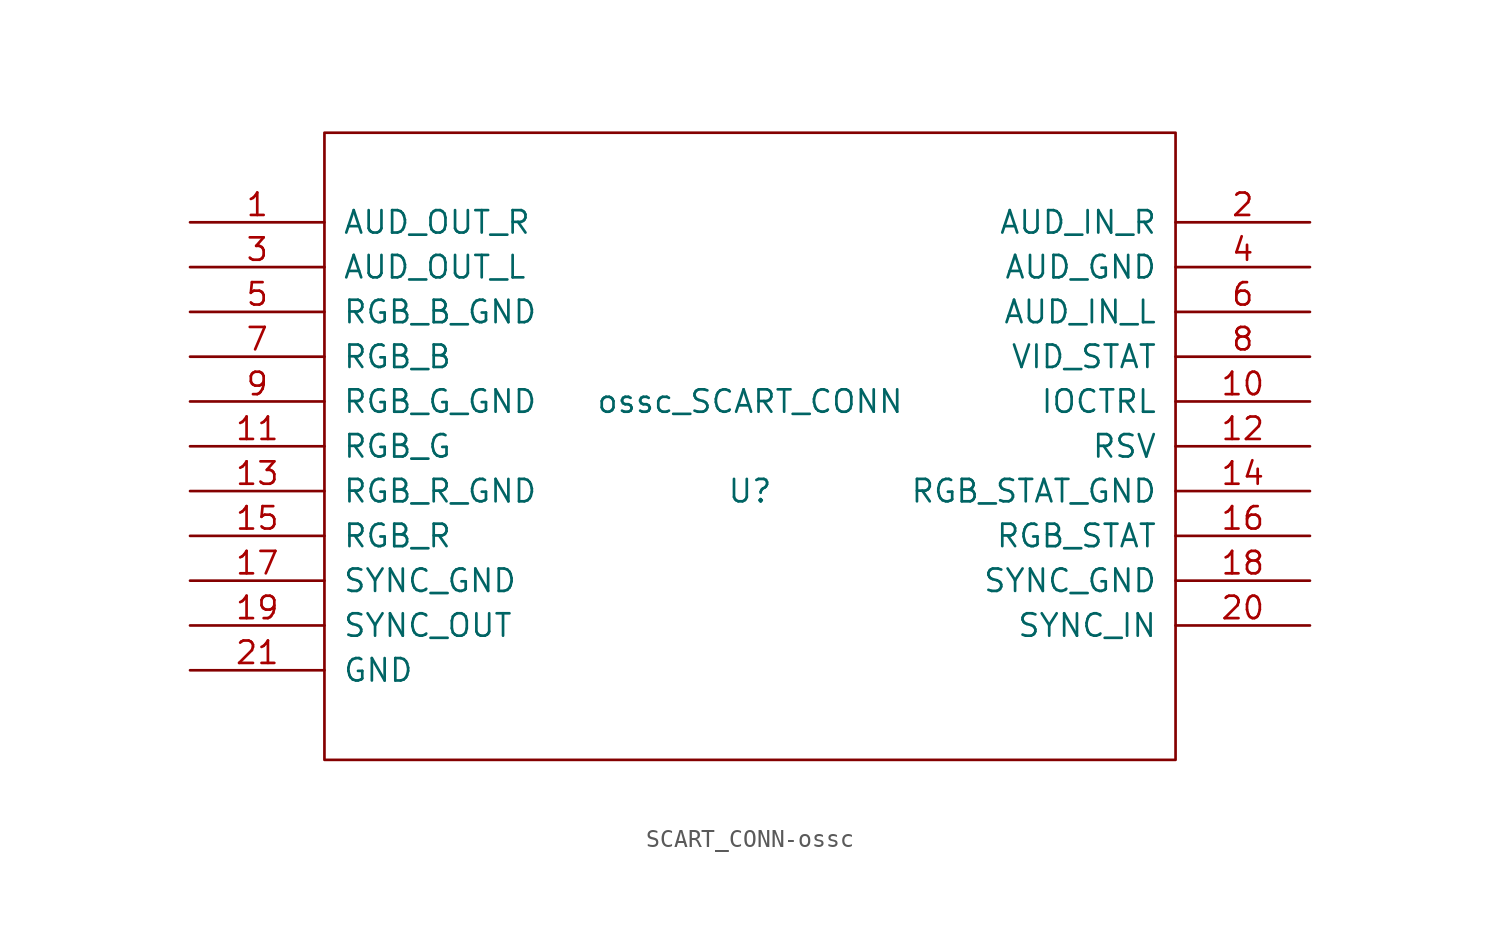
<source format=kicad_sym>
(kicad_symbol_lib
  (version 20231120)
  (generator "kicad_symbol_editor")
  (generator_version "8.0")
  (symbol "SCART_CONN-ossc"
    (pin_names
      (offset 1.016))
    (property "Reference" "U"
      (at 0 -2.54 0)
      (effects (font (size 1.27 1.27))))
    (property "Value" "ossc_SCART_CONN"
      (at 0 2.54 0)
      (effects (font (size 1.27 1.27))))
    (symbol "SCART_CONN-ossc_1_0"
      (rectangle (start -24.13 -17.78) (end 24.13 17.78) (stroke (width 0) (type solid)) (fill (type none))))
    (symbol "SCART_CONN-ossc_1_1"
      (pin input line (at -31.75 12.7 0) (length 7.62) (name "AUD_OUT_R" (effects (font (size 1.27 1.27)))) (number "1" (effects (font (size 1.27 1.27)))))
      (pin output line (at 31.75 2.54 180) (length 7.62) (name "IOCTRL" (effects (font (size 1.27 1.27)))) (number "10" (effects (font (size 1.27 1.27)))))
      (pin output line (at -31.75 0 0) (length 7.62) (name "RGB_G" (effects (font (size 1.27 1.27)))) (number "11" (effects (font (size 1.27 1.27)))))
      (pin output line (at 31.75 0 180) (length 7.62) (name "RSV" (effects (font (size 1.27 1.27)))) (number "12" (effects (font (size 1.27 1.27)))))
      (pin power_in line (at -31.75 -2.54 0) (length 7.62) (name "RGB_R_GND" (effects (font (size 1.27 1.27)))) (number "13" (effects (font (size 1.27 1.27)))))
      (pin power_in line (at 31.75 -2.54 180) (length 7.62) (name "RGB_STAT_GND" (effects (font (size 1.27 1.27)))) (number "14" (effects (font (size 1.27 1.27)))))
      (pin output line (at -31.75 -5.08 0) (length 7.62) (name "RGB_R" (effects (font (size 1.27 1.27)))) (number "15" (effects (font (size 1.27 1.27)))))
      (pin output line (at 31.75 -5.08 180) (length 7.62) (name "RGB_STAT" (effects (font (size 1.27 1.27)))) (number "16" (effects (font (size 1.27 1.27)))))
      (pin output line (at -31.75 -7.62 0) (length 7.62) (name "SYNC_GND" (effects (font (size 1.27 1.27)))) (number "17" (effects (font (size 1.27 1.27)))))
      (pin output line (at 31.75 -7.62 180) (length 7.62) (name "SYNC_GND" (effects (font (size 1.27 1.27)))) (number "18" (effects (font (size 1.27 1.27)))))
      (pin input line (at -31.75 -10.16 0) (length 7.62) (name "SYNC_OUT" (effects (font (size 1.27 1.27)))) (number "19" (effects (font (size 1.27 1.27)))))
      (pin output line (at 31.75 12.7 180) (length 7.62) (name "AUD_IN_R" (effects (font (size 1.27 1.27)))) (number "2" (effects (font (size 1.27 1.27)))))
      (pin output line (at 31.75 -10.16 180) (length 7.62) (name "SYNC_IN" (effects (font (size 1.27 1.27)))) (number "20" (effects (font (size 1.27 1.27)))))
      (pin power_in line (at -31.75 -12.7 0) (length 7.62) (name "GND" (effects (font (size 1.27 1.27)))) (number "21" (effects (font (size 1.27 1.27)))))
      (pin input line (at -31.75 10.16 0) (length 7.62) (name "AUD_OUT_L" (effects (font (size 1.27 1.27)))) (number "3" (effects (font (size 1.27 1.27)))))
      (pin power_in line (at 31.75 10.16 180) (length 7.62) (name "AUD_GND" (effects (font (size 1.27 1.27)))) (number "4" (effects (font (size 1.27 1.27)))))
      (pin power_in line (at -31.75 7.62 0) (length 7.62) (name "RGB_B_GND" (effects (font (size 1.27 1.27)))) (number "5" (effects (font (size 1.27 1.27)))))
      (pin output line (at 31.75 7.62 180) (length 7.62) (name "AUD_IN_L" (effects (font (size 1.27 1.27)))) (number "6" (effects (font (size 1.27 1.27)))))
      (pin output line (at -31.75 5.08 0) (length 7.62) (name "RGB_B" (effects (font (size 1.27 1.27)))) (number "7" (effects (font (size 1.27 1.27)))))
      (pin output line (at 31.75 5.08 180) (length 7.62) (name "VID_STAT" (effects (font (size 1.27 1.27)))) (number "8" (effects (font (size 1.27 1.27)))))
      (pin power_in line (at -31.75 2.54 0) (length 7.62) (name "RGB_G_GND" (effects (font (size 1.27 1.27)))) (number "9" (effects (font (size 1.27 1.27))))))))
</source>
